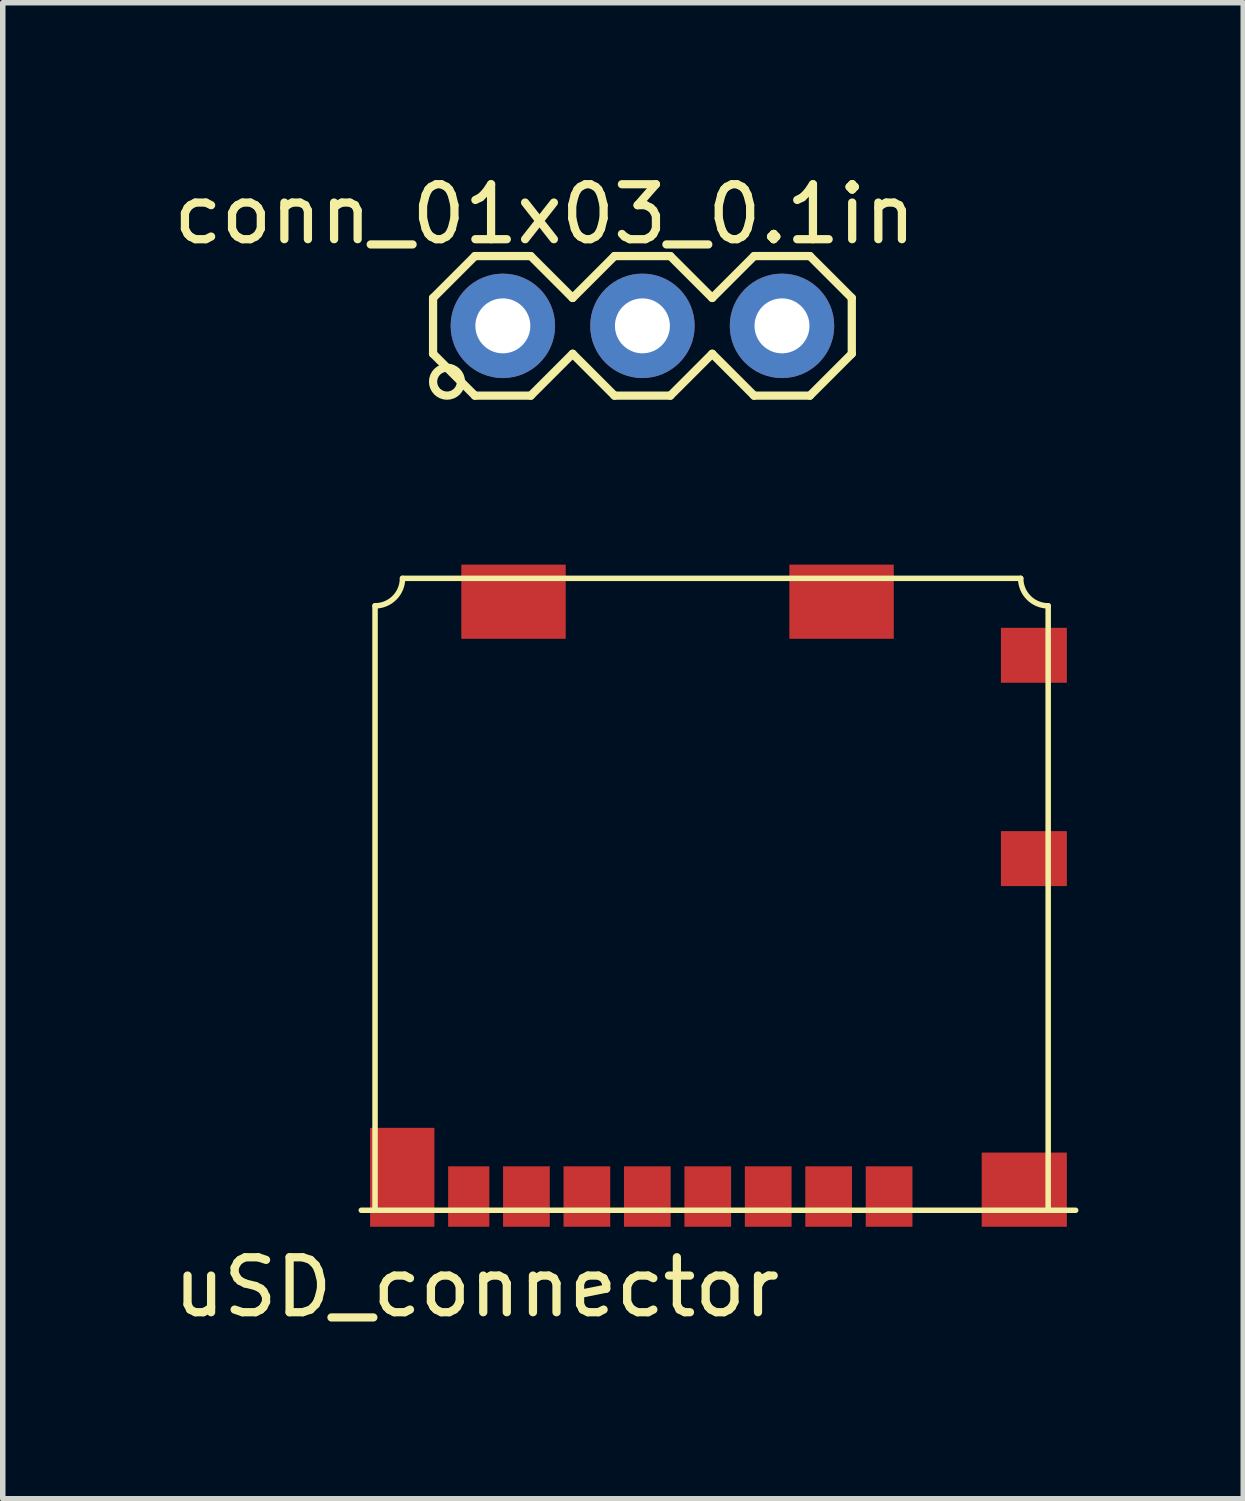
<source format=kicad_pcb>
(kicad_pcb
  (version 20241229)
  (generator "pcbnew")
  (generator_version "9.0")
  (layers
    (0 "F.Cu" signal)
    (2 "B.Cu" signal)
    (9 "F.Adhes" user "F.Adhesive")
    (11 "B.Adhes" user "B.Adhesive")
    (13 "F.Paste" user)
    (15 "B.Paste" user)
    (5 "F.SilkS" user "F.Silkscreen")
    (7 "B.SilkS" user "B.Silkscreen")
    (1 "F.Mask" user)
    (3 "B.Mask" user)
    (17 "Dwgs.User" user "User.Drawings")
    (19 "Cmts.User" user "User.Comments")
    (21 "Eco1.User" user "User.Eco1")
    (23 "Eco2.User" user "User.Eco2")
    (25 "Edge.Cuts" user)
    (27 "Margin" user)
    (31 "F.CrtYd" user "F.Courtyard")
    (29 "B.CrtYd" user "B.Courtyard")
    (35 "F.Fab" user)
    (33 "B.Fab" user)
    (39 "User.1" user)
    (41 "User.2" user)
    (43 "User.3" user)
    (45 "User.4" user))
  (footprint "uSD_connector"
    (layer "F.Cu")
    (at 10.025 18.975)
    (property "Reference" "uSD_connector" (at -4.4 1.4 0) (layer "F.SilkS") (effects (font (size 1 1) (thickness 0.15))))
    (attr through_hole)
    (fp_line (start -6.5 0) (end 6.5 0) (stroke (width 0.1) (type solid)) (layer "F.SilkS"))
    (fp_line (start -6.25 0) (end -6.25 -11) (stroke (width 0.1) (type solid)) (layer "F.SilkS"))
    (fp_line (start -5.75 -11.5) (end 5.5 -11.5) (stroke (width 0.1) (type solid)) (layer "F.SilkS"))
    (fp_line (start 6 -11) (end 6 0) (stroke (width 0.1) (type solid)) (layer "F.SilkS"))
    (fp_arc (start -5.75 -11.5) (mid -5.896447 -11.146447) (end -6.25 -11) (stroke (width 0.1) (type solid)) (layer "F.SilkS"))
    (fp_arc (start 6 -11) (mid 5.646447 -11.146447) (end 5.5 -11.5) (stroke (width 0.1) (type solid)) (layer "F.SilkS"))
    (pad "1" smd rect (at 3.105 -0.25) (size 0.85 1.1) (layers "F.Cu" "F.Mask" "F.Paste"))
    (pad "2" smd rect (at 2.005 -0.25) (size 0.85 1.1) (layers "F.Cu" "F.Mask" "F.Paste"))
    (pad "3" smd rect (at 0.905 -0.25) (size 0.85 1.1) (layers "F.Cu" "F.Mask" "F.Paste"))
    (pad "4" smd rect (at -0.195 -0.25) (size 0.85 1.1) (layers "F.Cu" "F.Mask" "F.Paste"))
    (pad "5" smd rect (at -1.295 -0.25) (size 0.85 1.1) (layers "F.Cu" "F.Mask" "F.Paste"))
    (pad "6" smd rect (at -2.395 -0.25) (size 0.85 1.1) (layers "F.Cu" "F.Mask" "F.Paste"))
    (pad "7" smd rect (at -3.495 -0.25) (size 0.85 1.1) (layers "F.Cu" "F.Mask" "F.Paste"))
    (pad "8" smd rect (at -4.545 -0.25) (size 0.75 1.1) (layers "F.Cu" "F.Mask" "F.Paste"))
    (pad "G1" smd rect (at 5.565 -0.375) (size 1.55 1.35) (layers "F.Cu" "F.Mask" "F.Paste"))
    (pad "G2" smd rect (at -5.755 -0.6) (size 1.17 1.8) (layers "F.Cu" "F.Mask" "F.Paste"))
    (pad "G3" smd rect (at -3.73 -11.075) (size 1.9 1.35) (layers "F.Cu" "F.Mask" "F.Paste"))
    (pad "G4" smd rect (at 2.24 -11.075) (size 1.9 1.35) (layers "F.Cu" "F.Mask" "F.Paste"))
    (pad "SW1" smd rect (at 5.74 -6.4) (size 1.2 1) (layers "F.Cu" "F.Mask" "F.Paste"))
    (pad "SW2" smd rect (at 5.74 -10.1) (size 1.2 1) (layers "F.Cu" "F.Mask" "F.Paste")))
  (footprint "conn_01x03_0.1in"
    (layer "F.Cu")
    (at 6.101 2.88)
    (property "Reference" "conn_01x03_0.1in" (at 0.762 -2.032 0) (layer "F.SilkS") (effects (font (size 1 1) (thickness 0.15))))
    (attr through_hole)
    (fp_line (start -1.27 -0.508) (end -1.27 0.508) (stroke (width 0.15) (type solid)) (layer "F.SilkS"))
    (fp_line (start -1.27 -0.508) (end -0.508 -1.27) (stroke (width 0.15) (type solid)) (layer "F.SilkS"))
    (fp_line (start -1.27 0.508) (end -0.508 1.27) (stroke (width 0.15) (type solid)) (layer "F.SilkS"))
    (fp_line (start -0.508 -1.27) (end 0.508 -1.27) (stroke (width 0.15) (type solid)) (layer "F.SilkS"))
    (fp_line (start -0.508 1.27) (end 0.508 1.27) (stroke (width 0.15) (type solid)) (layer "F.SilkS"))
    (fp_line (start 0.508 1.27) (end 1.27 0.508) (stroke (width 0.15) (type solid)) (layer "F.SilkS"))
    (fp_line (start 1.27 -0.508) (end 0.508 -1.27) (stroke (width 0.15) (type solid)) (layer "F.SilkS"))
    (fp_line (start 1.27 0.508) (end 2.032 1.27) (stroke (width 0.15) (type solid)) (layer "F.SilkS"))
    (fp_line (start 2.032 -1.27) (end 1.27 -0.508) (stroke (width 0.15) (type solid)) (layer "F.SilkS"))
    (fp_line (start 2.032 1.27) (end 3.048 1.27) (stroke (width 0.15) (type solid)) (layer "F.SilkS"))
    (fp_line (start 3.048 -1.27) (end 2.032 -1.27) (stroke (width 0.15) (type solid)) (layer "F.SilkS"))
    (fp_line (start 3.048 1.27) (end 3.81 0.508) (stroke (width 0.15) (type solid)) (layer "F.SilkS"))
    (fp_line (start 3.81 -0.508) (end 3.048 -1.27) (stroke (width 0.15) (type solid)) (layer "F.SilkS"))
    (fp_line (start 3.81 0.508) (end 4.572 1.27) (stroke (width 0.15) (type solid)) (layer "F.SilkS"))
    (fp_line (start 4.572 -1.27) (end 3.81 -0.508) (stroke (width 0.15) (type solid)) (layer "F.SilkS"))
    (fp_line (start 4.572 1.27) (end 5.588 1.27) (stroke (width 0.15) (type solid)) (layer "F.SilkS"))
    (fp_line (start 5.588 -1.27) (end 4.572 -1.27) (stroke (width 0.15) (type solid)) (layer "F.SilkS"))
    (fp_line (start 5.588 1.27) (end 6.35 0.508) (stroke (width 0.15) (type solid)) (layer "F.SilkS"))
    (fp_line (start 6.35 -0.508) (end 5.588 -1.27) (stroke (width 0.15) (type solid)) (layer "F.SilkS"))
    (fp_line (start 6.35 0.508) (end 6.35 -0.508) (stroke (width 0.15) (type solid)) (layer "F.SilkS"))
    (fp_circle (center -1.016 1.016) (end -0.762 1.016) (stroke (width 0.15) (type solid)) (fill no) (layer "F.SilkS"))
    (pad "1" thru_hole circle (at 0 0) (size 1.9 1.9) (drill 1) (layers "*.Cu" "*.Mask"))
    (pad "2" thru_hole circle (at 2.54 0) (size 1.9 1.9) (drill 1) (layers "*.Cu" "*.Mask"))
    (pad "3" thru_hole circle (at 5.08 0) (size 1.9 1.9) (drill 1) (layers "*.Cu" "*.Mask")))
  (gr_rect
    (start -3 -3)
    (end 19.575 24.224)
    (stroke (width 0.1) (type default))
    (fill no)
    (layer "Edge.Cuts")))
</source>
